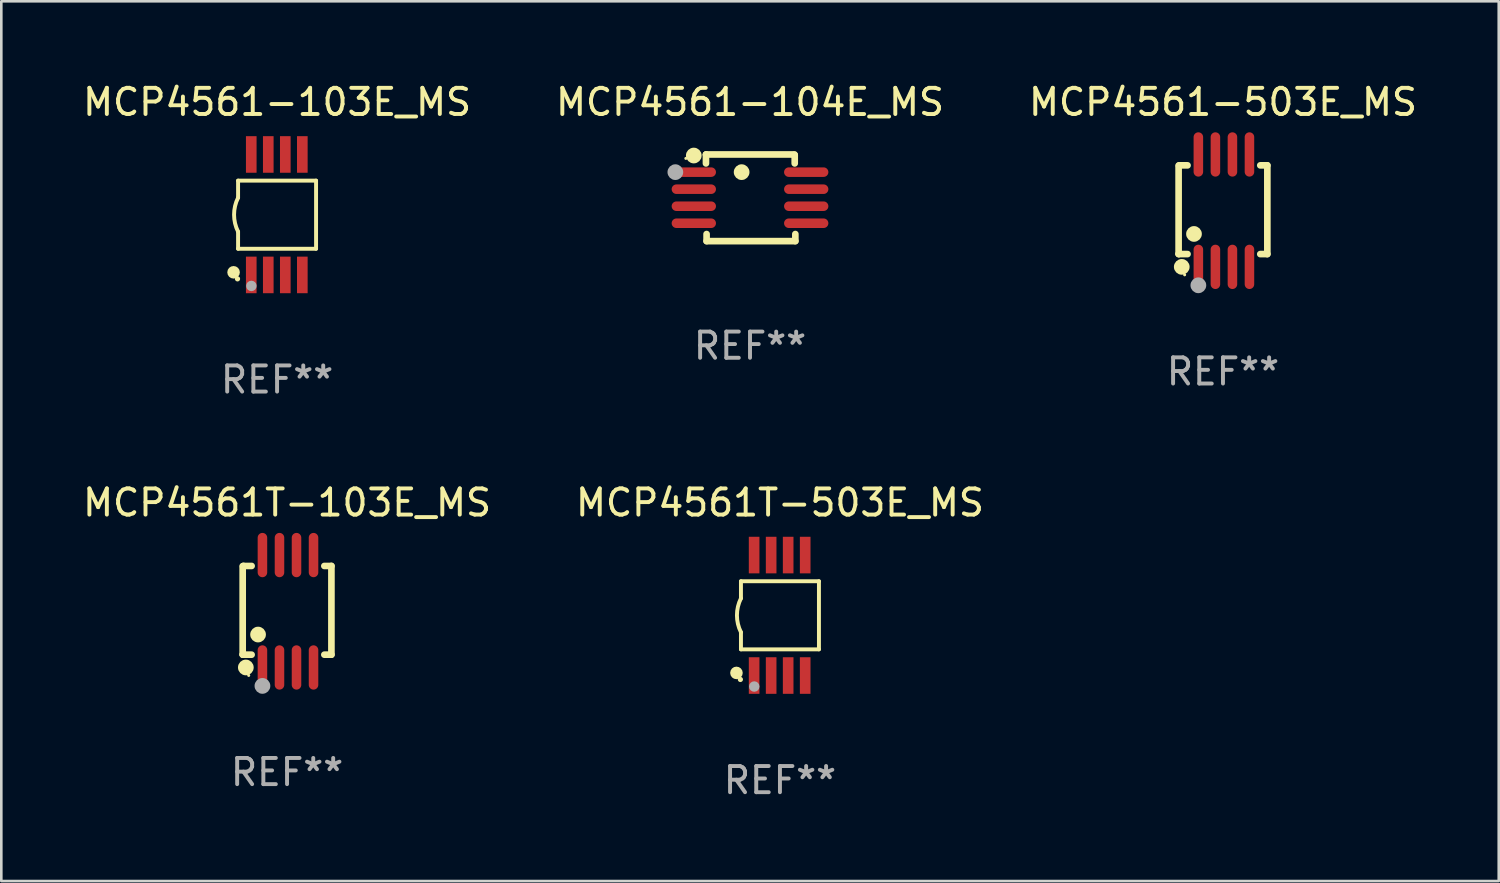
<source format=kicad_pcb>
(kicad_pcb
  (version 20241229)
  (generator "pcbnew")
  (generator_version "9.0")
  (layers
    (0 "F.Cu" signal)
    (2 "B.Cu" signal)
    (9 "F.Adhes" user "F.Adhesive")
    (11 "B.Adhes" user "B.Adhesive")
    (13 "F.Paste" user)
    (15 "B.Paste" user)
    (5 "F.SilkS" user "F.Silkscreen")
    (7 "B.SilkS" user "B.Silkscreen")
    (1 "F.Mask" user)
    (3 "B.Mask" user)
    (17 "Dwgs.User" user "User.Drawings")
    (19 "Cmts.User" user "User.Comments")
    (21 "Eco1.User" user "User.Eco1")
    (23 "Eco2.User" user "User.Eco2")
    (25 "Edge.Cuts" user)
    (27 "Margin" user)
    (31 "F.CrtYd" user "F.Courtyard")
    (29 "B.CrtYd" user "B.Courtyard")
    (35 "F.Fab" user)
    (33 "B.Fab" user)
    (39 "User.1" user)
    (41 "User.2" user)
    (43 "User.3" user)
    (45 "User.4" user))
  (footprint "MCP4561-103E_MS"
    (layer "F.Cu")
    (at 7.53 5.148)
    (property "Reference" "MCP4561-103E_MS" (at 0 -4.3 0) (layer "F.SilkS") (effects (font (size 1 1) (thickness 0.15))))
    (attr through_hole)
    (fp_line (start -1.489 -1.3) (end -1.489 -0.648) (stroke (width 0.15) (type solid)) (layer "F.SilkS"))
    (fp_line (start -1.489 0.648) (end -1.489 1.3) (stroke (width 0.15) (type solid)) (layer "F.SilkS"))
    (fp_line (start -1.489 1.3) (end 1.489 1.3) (stroke (width 0.15) (type solid)) (layer "F.SilkS"))
    (fp_line (start 1.489 -1.3) (end -1.489 -1.3) (stroke (width 0.15) (type solid)) (layer "F.SilkS"))
    (fp_line (start 1.489 1.3) (end 1.489 -1.3) (stroke (width 0.15) (type solid)) (layer "F.SilkS"))
    (fp_arc (start -1.489205 0.647702) (mid -1.642107 0) (end -1.489205 -0.647701) (stroke (width 0.150013) (type solid)) (layer "F.SilkS"))
    (fp_circle (center -1.661 2.2) (end -1.541 2.2) (stroke (width 0.24) (type solid)) (fill no) (layer "F.SilkS"))
    (fp_circle (center -1.511 2.45) (end -1.461 2.45) (stroke (width 0.1) (type solid)) (fill no) (layer "F.SilkS"))
    (fp_circle (center -0.981 2.72) (end -0.881 2.72) (stroke (width 0.2) (type solid)) (fill no) (layer "F.Fab"))
    (fp_text user "REF**" (at 0 6.3 0) (layer "F.Fab") (effects (font (size 1 1) (thickness 0.15))))
    (pad "1" smd rect (at -0.986 2.3) (size 0.406 1.397) (layers "F.Cu" "F.Mask" "F.Paste"))
    (pad "2" smd rect (at -0.336 2.3) (size 0.406 1.397) (layers "F.Cu" "F.Mask" "F.Paste"))
    (pad "3" smd rect (at 0.314 2.3) (size 0.406 1.397) (layers "F.Cu" "F.Mask" "F.Paste"))
    (pad "4" smd rect (at 0.964 2.3) (size 0.406 1.397) (layers "F.Cu" "F.Mask" "F.Paste"))
    (pad "5" smd rect (at 0.964 -2.3) (size 0.406 1.397) (layers "F.Cu" "F.Mask" "F.Paste"))
    (pad "6" smd rect (at 0.314 -2.3) (size 0.406 1.397) (layers "F.Cu" "F.Mask" "F.Paste"))
    (pad "7" smd rect (at -0.336 -2.3) (size 0.406 1.397) (layers "F.Cu" "F.Mask" "F.Paste"))
    (pad "8" smd rect (at -0.986 -2.3) (size 0.406 1.397) (layers "F.Cu" "F.Mask" "F.Paste")))
  (footprint "MCP4561-503E_MS"
    (layer "F.Cu")
    (at 43.649 4.994)
    (property "Reference" "MCP4561-503E_MS" (at 0 -4.146 0) (layer "F.SilkS") (effects (font (size 1 1) (thickness 0.15))))
    (attr through_hole)
    (fp_line (start -1.694 -1.724) (end -1.694 1.652) (stroke (width 0.254) (type solid)) (layer "F.SilkS"))
    (fp_line (start -1.694 1.652) (end -1.688 1.658) (stroke (width 0.254) (type solid)) (layer "F.SilkS"))
    (fp_line (start -1.688 1.658) (end -1.353 1.658) (stroke (width 0.254) (type solid)) (layer "F.SilkS"))
    (fp_line (start -1.661 -1.73) (end -1.681 -1.71) (stroke (width 0.254) (type solid)) (layer "F.SilkS"))
    (fp_line (start -1.353 -1.73) (end -1.661 -1.73) (stroke (width 0.254) (type solid)) (layer "F.SilkS"))
    (fp_line (start 1.424 1.658) (end 1.694 1.658) (stroke (width 0.254) (type solid)) (layer "F.SilkS"))
    (fp_line (start 1.694 -1.73) (end 1.424 -1.73) (stroke (width 0.254) (type solid)) (layer "F.SilkS"))
    (fp_line (start 1.694 1.658) (end 1.694 -1.73) (stroke (width 0.254) (type solid)) (layer "F.SilkS"))
    (fp_circle (center -1.574 2.146) (end -1.424 2.146) (stroke (width 0.3) (type solid)) (fill no) (layer "F.SilkS"))
    (fp_circle (center -1.464 2.45) (end -1.434 2.45) (stroke (width 0.06) (type solid)) (fill no) (layer "F.SilkS"))
    (fp_circle (center -1.107 0.889) (end -0.957 0.889) (stroke (width 0.3) (type solid)) (fill no) (layer "F.SilkS"))
    (fp_circle (center -0.94 2.85) (end -0.789 2.85) (stroke (width 0.3) (type solid)) (fill no) (layer "F.Fab"))
    (fp_text user "REF**" (at 0 6.146 0) (layer "F.Fab") (effects (font (size 1 1) (thickness 0.15))))
    (pad "1" smd oval (at -0.94 2.146) (size 0.364 1.692) (layers "F.Cu" "F.Mask" "F.Paste"))
    (pad "2" smd oval (at -0.289 2.146) (size 0.364 1.692) (layers "F.Cu" "F.Mask" "F.Paste"))
    (pad "3" smd oval (at 0.361 2.146) (size 0.364 1.692) (layers "F.Cu" "F.Mask" "F.Paste"))
    (pad "4" smd oval (at 1.011 2.146) (size 0.364 1.692) (layers "F.Cu" "F.Mask" "F.Paste"))
    (pad "5" smd oval (at 1.011 -2.146) (size 0.364 1.692) (layers "F.Cu" "F.Mask" "F.Paste"))
    (pad "6" smd oval (at 0.361 -2.146) (size 0.364 1.692) (layers "F.Cu" "F.Mask" "F.Paste"))
    (pad "7" smd oval (at -0.289 -2.146) (size 0.364 1.692) (layers "F.Cu" "F.Mask" "F.Paste"))
    (pad "8" smd oval (at -0.94 -2.146) (size 0.364 1.692) (layers "F.Cu" "F.Mask" "F.Paste")))
  (footprint "MCP4561T-503E_MS"
    (layer "F.Cu")
    (at 26.732 20.445)
    (property "Reference" "MCP4561T-503E_MS" (at 0 -4.3 0) (layer "F.SilkS") (effects (font (size 1 1) (thickness 0.15))))
    (attr through_hole)
    (fp_line (start -1.489 -1.3) (end -1.489 -0.648) (stroke (width 0.15) (type solid)) (layer "F.SilkS"))
    (fp_line (start -1.489 0.648) (end -1.489 1.3) (stroke (width 0.15) (type solid)) (layer "F.SilkS"))
    (fp_line (start -1.489 1.3) (end 1.489 1.3) (stroke (width 0.15) (type solid)) (layer "F.SilkS"))
    (fp_line (start 1.489 -1.3) (end -1.489 -1.3) (stroke (width 0.15) (type solid)) (layer "F.SilkS"))
    (fp_line (start 1.489 1.3) (end 1.489 -1.3) (stroke (width 0.15) (type solid)) (layer "F.SilkS"))
    (fp_arc (start -1.489205 0.647702) (mid -1.642107 0) (end -1.489205 -0.647701) (stroke (width 0.150013) (type solid)) (layer "F.SilkS"))
    (fp_circle (center -1.661 2.2) (end -1.541 2.2) (stroke (width 0.24) (type solid)) (fill no) (layer "F.SilkS"))
    (fp_circle (center -1.511 2.45) (end -1.461 2.45) (stroke (width 0.1) (type solid)) (fill no) (layer "F.SilkS"))
    (fp_circle (center -0.981 2.72) (end -0.881 2.72) (stroke (width 0.2) (type solid)) (fill no) (layer "F.Fab"))
    (fp_text user "REF**" (at 0 6.3 0) (layer "F.Fab") (effects (font (size 1 1) (thickness 0.15))))
    (pad "1" smd rect (at -0.986 2.3) (size 0.406 1.397) (layers "F.Cu" "F.Mask" "F.Paste"))
    (pad "2" smd rect (at -0.336 2.3) (size 0.406 1.397) (layers "F.Cu" "F.Mask" "F.Paste"))
    (pad "3" smd rect (at 0.314 2.3) (size 0.406 1.397) (layers "F.Cu" "F.Mask" "F.Paste"))
    (pad "4" smd rect (at 0.964 2.3) (size 0.406 1.397) (layers "F.Cu" "F.Mask" "F.Paste"))
    (pad "5" smd rect (at 0.964 -2.3) (size 0.406 1.397) (layers "F.Cu" "F.Mask" "F.Paste"))
    (pad "6" smd rect (at 0.314 -2.3) (size 0.406 1.397) (layers "F.Cu" "F.Mask" "F.Paste"))
    (pad "7" smd rect (at -0.336 -2.3) (size 0.406 1.397) (layers "F.Cu" "F.Mask" "F.Paste"))
    (pad "8" smd rect (at -0.986 -2.3) (size 0.406 1.397) (layers "F.Cu" "F.Mask" "F.Paste")))
  (footprint "MCP4561T-103E_MS"
    (layer "F.Cu")
    (at 7.911 20.291)
    (property "Reference" "MCP4561T-103E_MS" (at 0 -4.146 0) (layer "F.SilkS") (effects (font (size 1 1) (thickness 0.15))))
    (attr through_hole)
    (fp_line (start -1.694 -1.724) (end -1.694 1.652) (stroke (width 0.254) (type solid)) (layer "F.SilkS"))
    (fp_line (start -1.694 1.652) (end -1.688 1.658) (stroke (width 0.254) (type solid)) (layer "F.SilkS"))
    (fp_line (start -1.688 1.658) (end -1.353 1.658) (stroke (width 0.254) (type solid)) (layer "F.SilkS"))
    (fp_line (start -1.661 -1.73) (end -1.681 -1.71) (stroke (width 0.254) (type solid)) (layer "F.SilkS"))
    (fp_line (start -1.353 -1.73) (end -1.661 -1.73) (stroke (width 0.254) (type solid)) (layer "F.SilkS"))
    (fp_line (start 1.424 1.658) (end 1.694 1.658) (stroke (width 0.254) (type solid)) (layer "F.SilkS"))
    (fp_line (start 1.694 -1.73) (end 1.424 -1.73) (stroke (width 0.254) (type solid)) (layer "F.SilkS"))
    (fp_line (start 1.694 1.658) (end 1.694 -1.73) (stroke (width 0.254) (type solid)) (layer "F.SilkS"))
    (fp_circle (center -1.574 2.146) (end -1.424 2.146) (stroke (width 0.3) (type solid)) (fill no) (layer "F.SilkS"))
    (fp_circle (center -1.464 2.45) (end -1.434 2.45) (stroke (width 0.06) (type solid)) (fill no) (layer "F.SilkS"))
    (fp_circle (center -1.107 0.889) (end -0.957 0.889) (stroke (width 0.3) (type solid)) (fill no) (layer "F.SilkS"))
    (fp_circle (center -0.94 2.85) (end -0.789 2.85) (stroke (width 0.3) (type solid)) (fill no) (layer "F.Fab"))
    (fp_text user "REF**" (at 0 6.146 0) (layer "F.Fab") (effects (font (size 1 1) (thickness 0.15))))
    (pad "1" smd oval (at -0.94 2.146) (size 0.364 1.692) (layers "F.Cu" "F.Mask" "F.Paste"))
    (pad "2" smd oval (at -0.289 2.146) (size 0.364 1.692) (layers "F.Cu" "F.Mask" "F.Paste"))
    (pad "3" smd oval (at 0.361 2.146) (size 0.364 1.692) (layers "F.Cu" "F.Mask" "F.Paste"))
    (pad "4" smd oval (at 1.011 2.146) (size 0.364 1.692) (layers "F.Cu" "F.Mask" "F.Paste"))
    (pad "5" smd oval (at 1.011 -2.146) (size 0.364 1.692) (layers "F.Cu" "F.Mask" "F.Paste"))
    (pad "6" smd oval (at 0.361 -2.146) (size 0.364 1.692) (layers "F.Cu" "F.Mask" "F.Paste"))
    (pad "7" smd oval (at -0.289 -2.146) (size 0.364 1.692) (layers "F.Cu" "F.Mask" "F.Paste"))
    (pad "8" smd oval (at -0.94 -2.146) (size 0.364 1.692) (layers "F.Cu" "F.Mask" "F.Paste")))
  (footprint "MCP4561-104E_MS"
    (layer "F.Cu")
    (at 25.589 4.503)
    (property "Reference" "MCP4561-104E_MS" (at 0 -3.654 0) (layer "F.SilkS") (effects (font (size 1 1) (thickness 0.15))))
    (attr through_hole)
    (fp_line (start -1.682 -1.648) (end -1.682 -1.313) (stroke (width 0.254) (type solid)) (layer "F.SilkS"))
    (fp_line (start -1.676 -1.654) (end -1.682 -1.648) (stroke (width 0.254) (type solid)) (layer "F.SilkS"))
    (fp_line (start -1.658 1.384) (end -1.658 1.654) (stroke (width 0.254) (type solid)) (layer "F.SilkS"))
    (fp_line (start -1.658 1.654) (end 1.731 1.654) (stroke (width 0.254) (type solid)) (layer "F.SilkS"))
    (fp_line (start 1.7 -1.654) (end -1.676 -1.654) (stroke (width 0.254) (type solid)) (layer "F.SilkS"))
    (fp_line (start 1.707 -1.621) (end 1.687 -1.641) (stroke (width 0.254) (type solid)) (layer "F.SilkS"))
    (fp_line (start 1.707 -1.313) (end 1.707 -1.621) (stroke (width 0.254) (type solid)) (layer "F.SilkS"))
    (fp_line (start 1.731 1.654) (end 1.731 1.384) (stroke (width 0.254) (type solid)) (layer "F.SilkS"))
    (fp_circle (center -2.45 -1.504) (end -2.42 -1.504) (stroke (width 0.06) (type solid)) (fill no) (layer "F.SilkS"))
    (fp_circle (center -2.147 -1.614) (end -1.997 -1.614) (stroke (width 0.3) (type solid)) (fill no) (layer "F.SilkS"))
    (fp_circle (center -0.32 -0.98) (end -0.17 -0.98) (stroke (width 0.3) (type solid)) (fill no) (layer "F.SilkS"))
    (fp_circle (center -2.851 -0.98) (end -2.701 -0.98) (stroke (width 0.3) (type solid)) (fill no) (layer "F.Fab"))
    (fp_text user "REF**" (at 0 5.654 0) (layer "F.Fab") (effects (font (size 1 1) (thickness 0.15))))
    (pad "1" smd oval (at -2.146 -0.98) (size 1.692 0.364) (layers "F.Cu" "F.Mask" "F.Paste"))
    (pad "2" smd oval (at -2.146 -0.329) (size 1.692 0.364) (layers "F.Cu" "F.Mask" "F.Paste"))
    (pad "3" smd oval (at -2.146 0.321) (size 1.692 0.364) (layers "F.Cu" "F.Mask" "F.Paste"))
    (pad "4" smd oval (at -2.146 0.971) (size 1.692 0.364) (layers "F.Cu" "F.Mask" "F.Paste"))
    (pad "5" smd oval (at 2.146 0.971) (size 1.692 0.364) (layers "F.Cu" "F.Mask" "F.Paste"))
    (pad "6" smd oval (at 2.146 0.321) (size 1.692 0.364) (layers "F.Cu" "F.Mask" "F.Paste"))
    (pad "7" smd oval (at 2.146 -0.329) (size 1.692 0.364) (layers "F.Cu" "F.Mask" "F.Paste"))
    (pad "8" smd oval (at 2.146 -0.98) (size 1.692 0.364) (layers "F.Cu" "F.Mask" "F.Paste")))
  (gr_rect
    (start -3 -3)
    (end 54.179 30.593)
    (stroke (width 0.1) (type default))
    (fill no)
    (layer "Edge.Cuts")))
</source>
